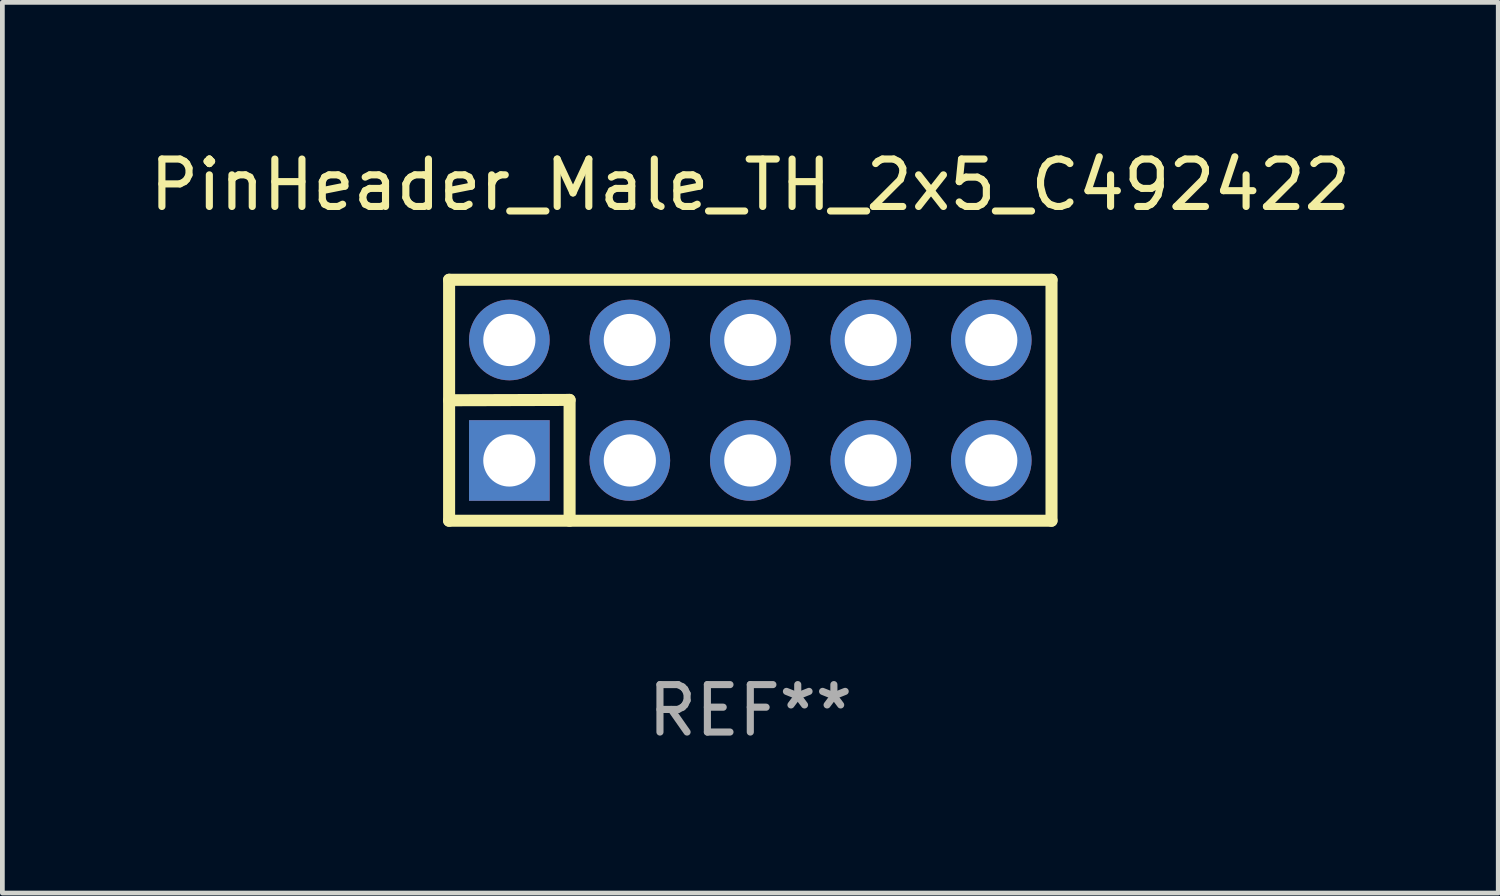
<source format=kicad_pcb>
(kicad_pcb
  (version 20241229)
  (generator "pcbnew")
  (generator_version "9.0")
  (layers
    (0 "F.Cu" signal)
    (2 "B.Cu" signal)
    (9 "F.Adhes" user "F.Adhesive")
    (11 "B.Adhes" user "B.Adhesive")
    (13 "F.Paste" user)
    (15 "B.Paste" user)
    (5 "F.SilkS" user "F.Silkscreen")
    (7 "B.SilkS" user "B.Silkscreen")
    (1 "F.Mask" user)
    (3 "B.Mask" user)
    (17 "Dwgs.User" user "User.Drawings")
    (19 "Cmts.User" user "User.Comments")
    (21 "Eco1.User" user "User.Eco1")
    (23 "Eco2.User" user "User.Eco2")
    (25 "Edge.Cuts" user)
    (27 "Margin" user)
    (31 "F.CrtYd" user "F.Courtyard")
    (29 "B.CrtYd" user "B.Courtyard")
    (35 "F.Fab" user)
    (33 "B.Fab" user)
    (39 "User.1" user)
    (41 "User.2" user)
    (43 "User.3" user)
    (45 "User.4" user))
  (footprint "PinHeader_Male_TH_2x5_C492422"
    (layer "F.Cu")
    (at 12.768 5.388)
    (property "Reference" "PinHeader_Male_TH_2x5_C492422" (at 0 -4.54 0) (layer "F.SilkS") (effects (font (size 1 1) (thickness 0.15))))
    (attr through_hole)
    (fp_line (start -6.35 -2.54) (end -6.35 2.54) (stroke (width 0.254) (type solid)) (layer "F.SilkS"))
    (fp_line (start -6.35 -2.54) (end 6.35 -2.54) (stroke (width 0.254) (type solid)) (layer "F.SilkS"))
    (fp_line (start -6.35 0) (end -3.81 -0.007) (stroke (width 0.254) (type solid)) (layer "F.SilkS"))
    (fp_line (start -6.35 2.54) (end 6.35 2.54) (stroke (width 0.254) (type solid)) (layer "F.SilkS"))
    (fp_line (start -3.81 -0.007) (end -3.81 2.54) (stroke (width 0.254) (type solid)) (layer "F.SilkS"))
    (fp_line (start 6.35 -2.54) (end 6.35 2.54) (stroke (width 0.254) (type solid)) (layer "F.SilkS"))
    (fp_circle (center -6.35 2.5) (end -6.32 2.5) (stroke (width 0.06) (type solid)) (fill no) (layer "F.SilkS"))
    (fp_text user "REF**" (at 0 6.54 0) (layer "F.Fab") (effects (font (size 1 1) (thickness 0.15))))
    (pad "1" thru_hole rect (at -5.08 1.27) (size 1.7 1.7) (drill 1.1) (layers "*.Cu" "*.Mask"))
    (pad "2" thru_hole circle (at -5.08 -1.27) (size 1.7 1.7) (drill 1.1) (layers "*.Cu" "*.Mask"))
    (pad "3" thru_hole circle (at -2.54 1.27) (size 1.7 1.7) (drill 1.1) (layers "*.Cu" "*.Mask"))
    (pad "4" thru_hole circle (at -2.54 -1.27) (size 1.7 1.7) (drill 1.1) (layers "*.Cu" "*.Mask"))
    (pad "5" thru_hole circle (at 0 1.27) (size 1.7 1.7) (drill 1.1) (layers "*.Cu" "*.Mask"))
    (pad "6" thru_hole circle (at 0 -1.27) (size 1.7 1.7) (drill 1.1) (layers "*.Cu" "*.Mask"))
    (pad "7" thru_hole circle (at 2.54 1.27) (size 1.7 1.7) (drill 1.1) (layers "*.Cu" "*.Mask"))
    (pad "8" thru_hole circle (at 2.54 -1.27) (size 1.7 1.7) (drill 1.1) (layers "*.Cu" "*.Mask"))
    (pad "9" thru_hole circle (at 5.08 1.27) (size 1.7 1.7) (drill 1.1) (layers "*.Cu" "*.Mask"))
    (pad "10" thru_hole circle (at 5.08 -1.27) (size 1.7 1.7) (drill 1.1) (layers "*.Cu" "*.Mask")))
  (gr_rect
    (start -3 -3)
    (end 28.536 15.777)
    (stroke (width 0.1) (type default))
    (fill no)
    (layer "Edge.Cuts")))
</source>
